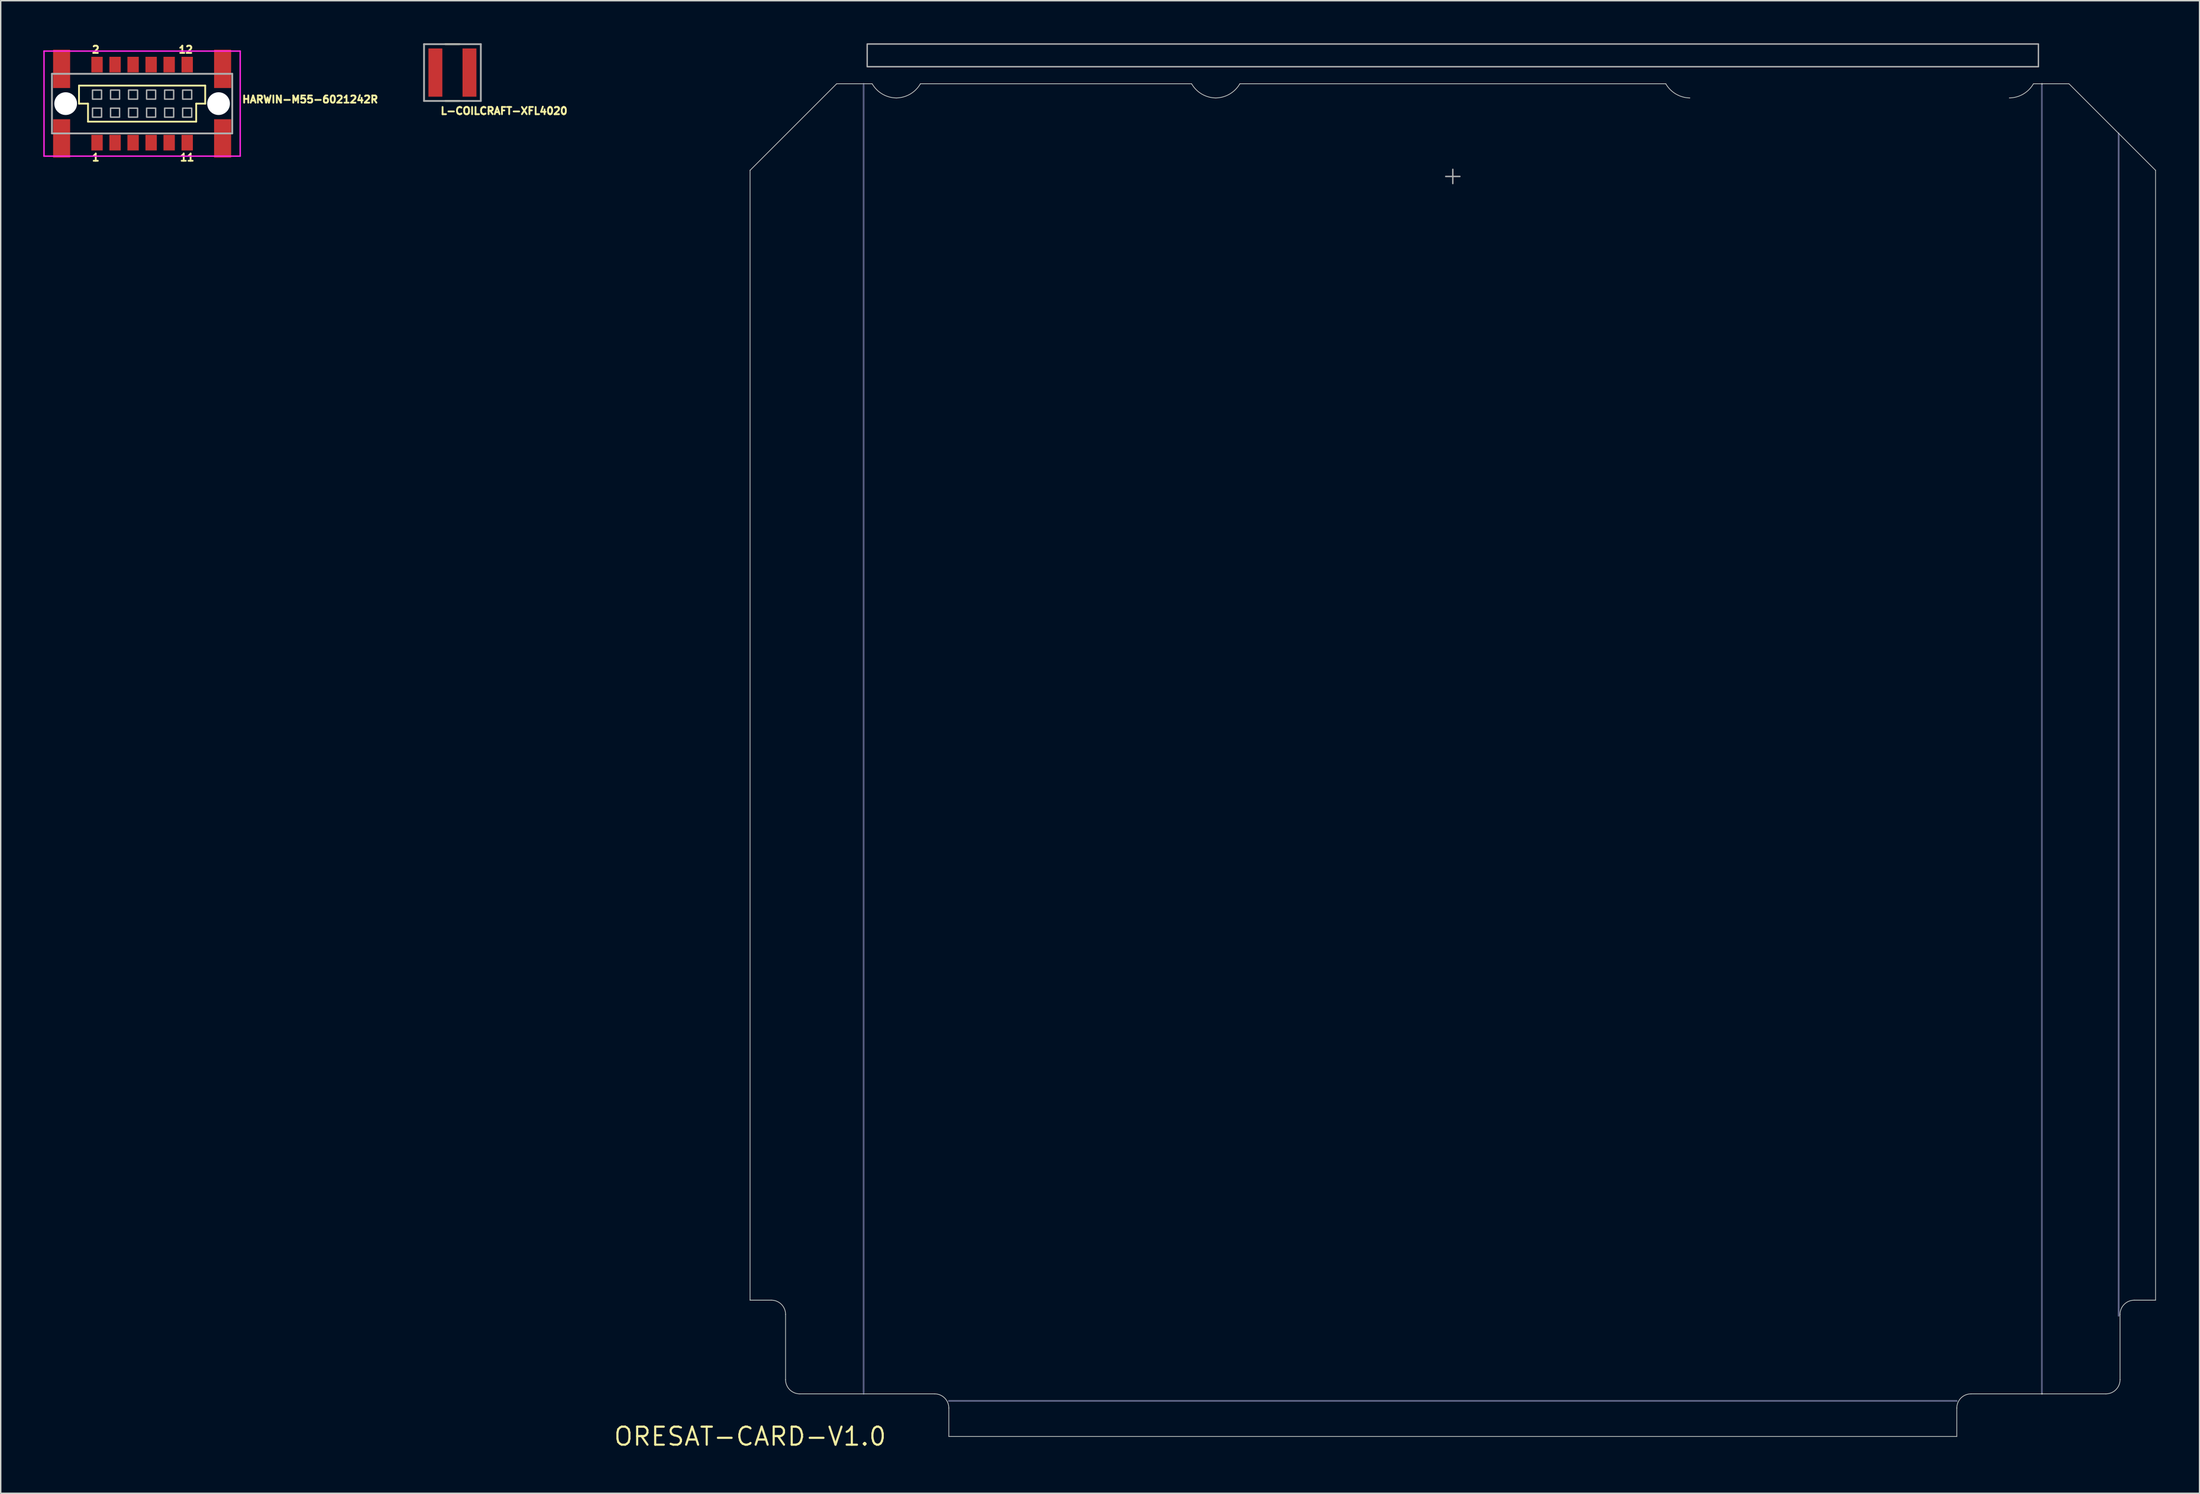
<source format=kicad_pcb>
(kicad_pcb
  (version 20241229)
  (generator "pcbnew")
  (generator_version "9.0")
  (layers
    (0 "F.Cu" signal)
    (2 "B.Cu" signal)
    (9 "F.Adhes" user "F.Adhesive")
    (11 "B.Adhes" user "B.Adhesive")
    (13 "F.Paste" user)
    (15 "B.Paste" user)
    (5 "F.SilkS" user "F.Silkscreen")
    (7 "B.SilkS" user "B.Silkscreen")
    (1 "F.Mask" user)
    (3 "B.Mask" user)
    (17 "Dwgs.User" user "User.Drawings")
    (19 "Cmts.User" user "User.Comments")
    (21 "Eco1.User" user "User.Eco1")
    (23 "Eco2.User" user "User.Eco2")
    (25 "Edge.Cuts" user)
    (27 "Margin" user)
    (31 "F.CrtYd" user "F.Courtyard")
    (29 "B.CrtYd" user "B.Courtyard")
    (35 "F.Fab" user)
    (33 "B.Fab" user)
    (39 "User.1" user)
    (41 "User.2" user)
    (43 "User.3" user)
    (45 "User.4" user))
  (footprint "HARWIN-M55-6021242R"
    (layer "F.Cu")
    (at 6.96 4.251)
    (property "Reference" "HARWIN-M55-6021242R" (at 6.985 0 0) (layer "F.SilkS") (effects (font (size 0.508 0.508) (thickness 0.127)) (justify left bottom)))
    (fp_line (start -4.445 -1.27) (end -4.445 0) (stroke (width 0.127) (type solid)) (layer "F.SilkS"))
    (fp_line (start -4.445 0) (end -3.81 0) (stroke (width 0.127) (type solid)) (layer "F.SilkS"))
    (fp_line (start -3.81 0) (end -3.81 1.27) (stroke (width 0.127) (type solid)) (layer "F.SilkS"))
    (fp_line (start -3.81 1.27) (end 3.81 1.27) (stroke (width 0.127) (type solid)) (layer "F.SilkS"))
    (fp_line (start 3.81 0) (end 4.445 0) (stroke (width 0.127) (type solid)) (layer "F.SilkS"))
    (fp_line (start 3.81 1.27) (end 3.81 0) (stroke (width 0.127) (type solid)) (layer "F.SilkS"))
    (fp_line (start 4.445 -1.27) (end -4.445 -1.27) (stroke (width 0.127) (type solid)) (layer "F.SilkS"))
    (fp_line (start 4.445 0) (end 4.445 -1.27) (stroke (width 0.127) (type solid)) (layer "F.SilkS"))
    (fp_line (start -6.91 -3.7) (end 6.91 -3.7) (stroke (width 0.1) (type solid)) (layer "F.CrtYd"))
    (fp_line (start -6.91 3.7) (end -6.91 -3.7) (stroke (width 0.1) (type solid)) (layer "F.CrtYd"))
    (fp_line (start 6.91 -3.7) (end 6.91 3.7) (stroke (width 0.1) (type solid)) (layer "F.CrtYd"))
    (fp_line (start 6.91 3.7) (end -6.91 3.7) (stroke (width 0.1) (type solid)) (layer "F.CrtYd"))
    (fp_line (start -6.35 2.1) (end -6.35 -2.1) (stroke (width 0.127) (type solid)) (layer "F.Fab"))
    (fp_line (start 6.35 -2.1) (end -6.35 -2.1) (stroke (width 0.127) (type solid)) (layer "F.Fab"))
    (fp_line (start 6.35 -2.1) (end 6.35 2.1) (stroke (width 0.127) (type solid)) (layer "F.Fab"))
    (fp_line (start 6.35 2.1) (end -6.35 2.1) (stroke (width 0.127) (type solid)) (layer "F.Fab"))
    (fp_poly (pts (xy -3.493 -0.318) (xy -2.857 -0.318) (xy -2.857 -0.953) (xy -3.493 -0.953)) (stroke (width 0.1) (type solid)) (fill no) (layer "F.Fab"))
    (fp_poly (pts (xy -3.493 0.953) (xy -2.857 0.953) (xy -2.857 0.318) (xy -3.493 0.318)) (stroke (width 0.1) (type solid)) (fill no) (layer "F.Fab"))
    (fp_poly (pts (xy -2.223 -0.318) (xy -1.587 -0.318) (xy -1.587 -0.953) (xy -2.223 -0.953)) (stroke (width 0.1) (type solid)) (fill no) (layer "F.Fab"))
    (fp_poly (pts (xy -2.223 0.953) (xy -1.587 0.953) (xy -1.587 0.318) (xy -2.223 0.318)) (stroke (width 0.1) (type solid)) (fill no) (layer "F.Fab"))
    (fp_poly (pts (xy -0.953 -0.318) (xy -0.318 -0.318) (xy -0.318 -0.953) (xy -0.953 -0.953)) (stroke (width 0.1) (type solid)) (fill no) (layer "F.Fab"))
    (fp_poly (pts (xy -0.953 0.953) (xy -0.318 0.953) (xy -0.318 0.318) (xy -0.953 0.318)) (stroke (width 0.1) (type solid)) (fill no) (layer "F.Fab"))
    (fp_poly (pts (xy 0.318 -0.318) (xy 0.953 -0.318) (xy 0.953 -0.953) (xy 0.318 -0.953)) (stroke (width 0.1) (type solid)) (fill no) (layer "F.Fab"))
    (fp_poly (pts (xy 0.318 0.953) (xy 0.953 0.953) (xy 0.953 0.318) (xy 0.318 0.318)) (stroke (width 0.1) (type solid)) (fill no) (layer "F.Fab"))
    (fp_poly (pts (xy 1.587 -0.318) (xy 2.223 -0.318) (xy 2.223 -0.953) (xy 1.587 -0.953)) (stroke (width 0.1) (type solid)) (fill no) (layer "F.Fab"))
    (fp_poly (pts (xy 1.587 0.953) (xy 2.223 0.953) (xy 2.223 0.318) (xy 1.587 0.318)) (stroke (width 0.1) (type solid)) (fill no) (layer "F.Fab"))
    (fp_poly (pts (xy 2.857 -0.318) (xy 3.493 -0.318) (xy 3.493 -0.953) (xy 2.857 -0.953)) (stroke (width 0.1) (type solid)) (fill no) (layer "F.Fab"))
    (fp_poly (pts (xy 2.857 0.953) (xy 3.493 0.953) (xy 3.493 0.318) (xy 2.857 0.318)) (stroke (width 0.1) (type solid)) (fill no) (layer "F.Fab"))
    (fp_text user "12" (at 3.64 -4.1 0) (layer "F.SilkS") (effects (font (size 0.508 0.508) (thickness 0.127)) (justify right top)))
    (fp_text user "1" (at -2.94 3.5 0) (layer "F.SilkS") (effects (font (size 0.508 0.508) (thickness 0.127)) (justify right top)))
    (fp_text user "2" (at -2.94 -4.1 0) (layer "F.SilkS") (effects (font (size 0.508 0.508) (thickness 0.127)) (justify right top)))
    (fp_text user "11" (at 3.74 3.5 0) (layer "F.SilkS") (effects (font (size 0.508 0.508) (thickness 0.127)) (justify right top)))
    (pad "" np_thru_hole circle (at -5.385 0) (size 1.6 1.6) (drill 1.6) (layers "*.Cu" "*.Mask"))
    (pad "" np_thru_hole circle (at 5.385 0) (size 1.6 1.6) (drill 1.6) (layers "*.Cu" "*.Mask"))
    (pad "1" smd rect (at -3.175 2.75 180) (size 0.8 1.1) (layers "F.Cu" "F.Mask" "F.Paste"))
    (pad "2" smd rect (at -3.175 -2.75 180) (size 0.8 1.1) (layers "F.Cu" "F.Mask" "F.Paste"))
    (pad "3" smd rect (at -1.905 2.75 180) (size 0.8 1.1) (layers "F.Cu" "F.Mask" "F.Paste"))
    (pad "4" smd rect (at -1.905 -2.75 180) (size 0.8 1.1) (layers "F.Cu" "F.Mask" "F.Paste"))
    (pad "5" smd rect (at -0.635 2.75 180) (size 0.8 1.1) (layers "F.Cu" "F.Mask" "F.Paste"))
    (pad "6" smd rect (at -0.635 -2.75 180) (size 0.8 1.1) (layers "F.Cu" "F.Mask" "F.Paste"))
    (pad "7" smd rect (at 0.635 2.75 180) (size 0.8 1.1) (layers "F.Cu" "F.Mask" "F.Paste"))
    (pad "8" smd rect (at 0.635 -2.75 180) (size 0.8 1.1) (layers "F.Cu" "F.Mask" "F.Paste"))
    (pad "9" smd rect (at 1.905 2.75 180) (size 0.8 1.1) (layers "F.Cu" "F.Mask" "F.Paste"))
    (pad "10" smd rect (at 1.905 -2.75 180) (size 0.8 1.1) (layers "F.Cu" "F.Mask" "F.Paste"))
    (pad "11" smd rect (at 3.175 2.75 180) (size 0.8 1.1) (layers "F.Cu" "F.Mask" "F.Paste"))
    (pad "12" smd rect (at 3.175 -2.75 180) (size 0.8 1.1) (layers "F.Cu" "F.Mask" "F.Paste"))
    (pad "P$1" smd rect (at -5.67 2.45 90) (size 2.7 1.2) (layers "F.Cu" "F.Mask" "F.Paste"))
    (pad "P$2" smd rect (at -5.67 -2.45 90) (size 2.7 1.2) (layers "F.Cu" "F.Mask" "F.Paste"))
    (pad "P$3" smd rect (at 5.67 -2.45 90) (size 2.7 1.2) (layers "F.Cu" "F.Mask" "F.Paste"))
    (pad "P$4" smd rect (at 5.67 2.45 90) (size 2.7 1.2) (layers "F.Cu" "F.Mask" "F.Paste")))
  (footprint "L-COILCRAFT-XFL4020"
    (layer "F.Cu")
    (at 28.819 2.063)
    (property "Reference" "L-COILCRAFT-XFL4020" (at -0.9 3 0) (layer "F.SilkS") (effects (font (size 0.508 0.508) (thickness 0.127)) (justify left bottom)))
    (fp_line (start -0.5 2) (end 0.5 2) (stroke (width 0.127) (type solid)) (layer "F.SilkS"))
    (fp_line (start 0.5 -2) (end -0.5 -2) (stroke (width 0.127) (type solid)) (layer "F.SilkS"))
    (fp_line (start -2 -2) (end -2 2) (stroke (width 0.127) (type solid)) (layer "F.Fab"))
    (fp_line (start -2 -2) (end 2 -2) (stroke (width 0.127) (type solid)) (layer "F.Fab"))
    (fp_line (start -2 2) (end 2 2) (stroke (width 0.127) (type solid)) (layer "F.Fab"))
    (fp_line (start 2 -2) (end 2 2) (stroke (width 0.127) (type solid)) (layer "F.Fab"))
    (pad "1" smd rect (at -1.2 0 90) (size 3.4 0.98) (layers "F.Cu" "F.Mask" "F.Paste"))
    (pad "2" smd rect (at 1.2 0 90) (size 3.4 0.98) (layers "F.Cu" "F.Mask" "F.Paste")))
  (footprint "ORESAT-CARD-V1.0"
    (layer "F.Cu")
    (at 49.784 98.15)
    (property "Reference" "ORESAT-CARD-V1.0" (at 0 0 0) (layer "F.SilkS") (effects (font (size 1.27 1.27) (thickness 0.15))))
    (fp_poly (pts (xy 85.1 0.1) (xy 13.9 0.1) (xy 13.9 -2.6) (xy 85.1 -2.6)) (stroke (width 0) (type solid)) (fill yes) (layer "F.Mask"))
    (fp_poly (pts (xy 2.6 -8.6) (xy 2.5 -8.6) (xy 2.4 -8.59) (xy 2.382 -8.775) (xy 2.331 -8.944) (xy 2.248 -9.1) (xy 2.136 -9.236) (xy 2 -9.348) (xy 1.849 -9.429) (xy 1.49 -9.5) (xy -0.1 -9.5) (xy -0.1 -89.241) (xy 2.6 -91.941)) (stroke (width 0) (type solid)) (fill yes) (layer "F.Mask"))
    (fp_poly (pts (xy 99.1 -89.241) (xy 99.1 -9.5) (xy 97.51 -9.5) (xy 97.151 -9.429) (xy 97 -9.348) (xy 96.864 -9.236) (xy 96.752 -9.1) (xy 96.669 -8.944) (xy 96.618 -8.775) (xy 96.6 -8.59) (xy 96.5 -8.6) (xy 96.4 -8.6) (xy 96.4 -91.941)) (stroke (width 0) (type solid)) (fill yes) (layer "F.Mask"))
    (fp_poly (pts (xy 85.1 0.1) (xy 13.9 0.1) (xy 13.9 -2.6) (xy 85.1 -2.6)) (stroke (width 0) (type solid)) (fill yes) (layer "B.Mask"))
    (fp_poly (pts (xy 2.6 -8.6) (xy 2.5 -8.6) (xy 2.4 -8.59) (xy 2.382 -8.775) (xy 2.331 -8.944) (xy 2.248 -9.1) (xy 2.136 -9.236) (xy 2 -9.348) (xy 1.849 -9.429) (xy 1.49 -9.5) (xy -0.1 -9.5) (xy -0.1 -89.241) (xy 2.6 -91.941)) (stroke (width 0) (type solid)) (fill yes) (layer "B.Mask"))
    (fp_poly (pts (xy 99.1 -89.241) (xy 99.1 -9.5) (xy 97.51 -9.5) (xy 97.151 -9.429) (xy 97 -9.348) (xy 96.864 -9.236) (xy 96.752 -9.1) (xy 96.669 -8.944) (xy 96.618 -8.775) (xy 96.6 -8.59) (xy 96.5 -8.6) (xy 96.4 -8.6) (xy 96.4 -91.941)) (stroke (width 0) (type solid)) (fill yes) (layer "B.Mask"))
    (fp_line (start 0 -89.2) (end 6.1 -95.3) (stroke (width 0.05) (type solid)) (layer "Edge.Cuts"))
    (fp_line (start 0 -9.6) (end 0 -89.2) (stroke (width 0.05) (type solid)) (layer "Edge.Cuts"))
    (fp_line (start 0 -9.6) (end 1.5 -9.6) (stroke (width 0.05) (type solid)) (layer "Edge.Cuts"))
    (fp_line (start 2.5 -8.6) (end 2.5 -4) (stroke (width 0.05) (type solid)) (layer "Edge.Cuts"))
    (fp_line (start 3.5 -3) (end 13 -3) (stroke (width 0.05) (type solid)) (layer "Edge.Cuts"))
    (fp_line (start 6.1 -95.3) (end 8.6 -95.3) (stroke (width 0.05) (type solid)) (layer "Edge.Cuts"))
    (fp_line (start 12 -95.3) (end 31.1 -95.3) (stroke (width 0.05) (type solid)) (layer "Edge.Cuts"))
    (fp_line (start 14 -2) (end 14 0) (stroke (width 0.05) (type solid)) (layer "Edge.Cuts"))
    (fp_line (start 14 0) (end 85 0) (stroke (width 0.05) (type solid)) (layer "Edge.Cuts"))
    (fp_line (start 34.5 -95.3) (end 64.5 -95.3) (stroke (width 0.05) (type solid)) (layer "Edge.Cuts"))
    (fp_line (start 85 -2) (end 85 0) (stroke (width 0.05) (type solid)) (layer "Edge.Cuts"))
    (fp_line (start 90.4 -95.3) (end 92.9 -95.3) (stroke (width 0.05) (type solid)) (layer "Edge.Cuts"))
    (fp_line (start 95.5 -3) (end 86 -3) (stroke (width 0.05) (type solid)) (layer "Edge.Cuts"))
    (fp_line (start 96.5 -8.6) (end 96.5 -4) (stroke (width 0.05) (type solid)) (layer "Edge.Cuts"))
    (fp_line (start 99 -89.2) (end 92.9 -95.3) (stroke (width 0.05) (type solid)) (layer "Edge.Cuts"))
    (fp_line (start 99 -9.6) (end 97.5 -9.6) (stroke (width 0.05) (type solid)) (layer "Edge.Cuts"))
    (fp_line (start 99 -9.6) (end 99 -89.2) (stroke (width 0.05) (type solid)) (layer "Edge.Cuts"))
    (fp_arc (start 1.5 -9.6) (mid 2.207107 -9.307107) (end 2.5 -8.6) (stroke (width 0.05) (type solid)) (layer "Edge.Cuts"))
    (fp_arc (start 3.5 -3) (mid 2.792893 -3.292893) (end 2.5 -4) (stroke (width 0.05) (type solid)) (layer "Edge.Cuts"))
    (fp_arc (start 10.3 -94.3) (mid 9.317113 -94.574093) (end 8.6 -95.3) (stroke (width 0.05) (type solid)) (layer "Edge.Cuts"))
    (fp_arc (start 12 -95.300001) (mid 11.282887 -94.574093) (end 10.3 -94.3) (stroke (width 0.05) (type solid)) (layer "Edge.Cuts"))
    (fp_arc (start 13 -3) (mid 13.707107 -2.707107) (end 14 -2) (stroke (width 0.05) (type solid)) (layer "Edge.Cuts"))
    (fp_arc (start 32.8 -94.3) (mid 31.817113 -94.574093) (end 31.1 -95.3) (stroke (width 0.05) (type solid)) (layer "Edge.Cuts"))
    (fp_arc (start 34.5 -95.300001) (mid 33.782887 -94.574093) (end 32.8 -94.3) (stroke (width 0.05) (type solid)) (layer "Edge.Cuts"))
    (fp_arc (start 66.2 -94.3) (mid 65.217113 -94.574093) (end 64.5 -95.3) (stroke (width 0.05) (type solid)) (layer "Edge.Cuts"))
    (fp_arc (start 85 -2) (mid 85.292893 -2.707107) (end 86 -3) (stroke (width 0.05) (type solid)) (layer "Edge.Cuts"))
    (fp_arc (start 90.4 -95.300001) (mid 89.682887 -94.574093) (end 88.7 -94.3) (stroke (width 0.05) (type solid)) (layer "Edge.Cuts"))
    (fp_arc (start 96.5 -8.6) (mid 96.792893 -9.307107) (end 97.5 -9.6) (stroke (width 0.05) (type solid)) (layer "Edge.Cuts"))
    (fp_arc (start 96.5 -4) (mid 96.207107 -3.292893) (end 95.5 -3) (stroke (width 0.05) (type solid)) (layer "Edge.Cuts"))
    (fp_line (start 2.6 -8.5) (end 2.6 -91.8) (stroke (width 0.001) (type solid)) (layer "B.Fab"))
    (fp_line (start 8 -95.3) (end 8 -3) (stroke (width 0.1) (type solid)) (layer "B.Fab"))
    (fp_line (start 14 -2.5) (end 85 -2.5) (stroke (width 0.1) (type solid)) (layer "B.Fab"))
    (fp_line (start 91 -95.2) (end 91 -3.1) (stroke (width 0.1) (type solid)) (layer "B.Fab"))
    (fp_line (start 96.4 -8.5) (end 96.4 -91.8) (stroke (width 0.1) (type solid)) (layer "B.Fab"))
    (fp_line (start 2.6 -8.5) (end 2.6 -91.8) (stroke (width 0.001) (type solid)) (layer "F.Fab"))
    (fp_line (start 8 -95.2) (end 8 -3.1) (stroke (width 0.1) (type solid)) (layer "F.Fab"))
    (fp_line (start 14 -2.5) (end 85 -2.5) (stroke (width 0.1) (type solid)) (layer "F.Fab"))
    (fp_line (start 49 -88.769) (end 50 -88.769) (stroke (width 0.1) (type solid)) (layer "F.Fab"))
    (fp_line (start 49.5 -89.269) (end 49.5 -88.269) (stroke (width 0.1) (type solid)) (layer "F.Fab"))
    (fp_line (start 91 -95.3) (end 91 -3) (stroke (width 0.1) (type solid)) (layer "F.Fab"))
    (fp_line (start 96.4 -8.5) (end 96.4 -91.8) (stroke (width 0.1) (type solid)) (layer "F.Fab"))
    (fp_poly (pts (xy 8.25 -96.5) (xy 90.75 -96.5) (xy 90.75 -98.1) (xy 8.25 -98.1)) (stroke (width 0.1) (type solid)) (fill no) (layer "F.Fab")))
  (gr_rect
    (start -3 -3)
    (end 151.884 102.156)
    (stroke (width 0.1) (type default))
    (fill no)
    (layer "Edge.Cuts")))
</source>
